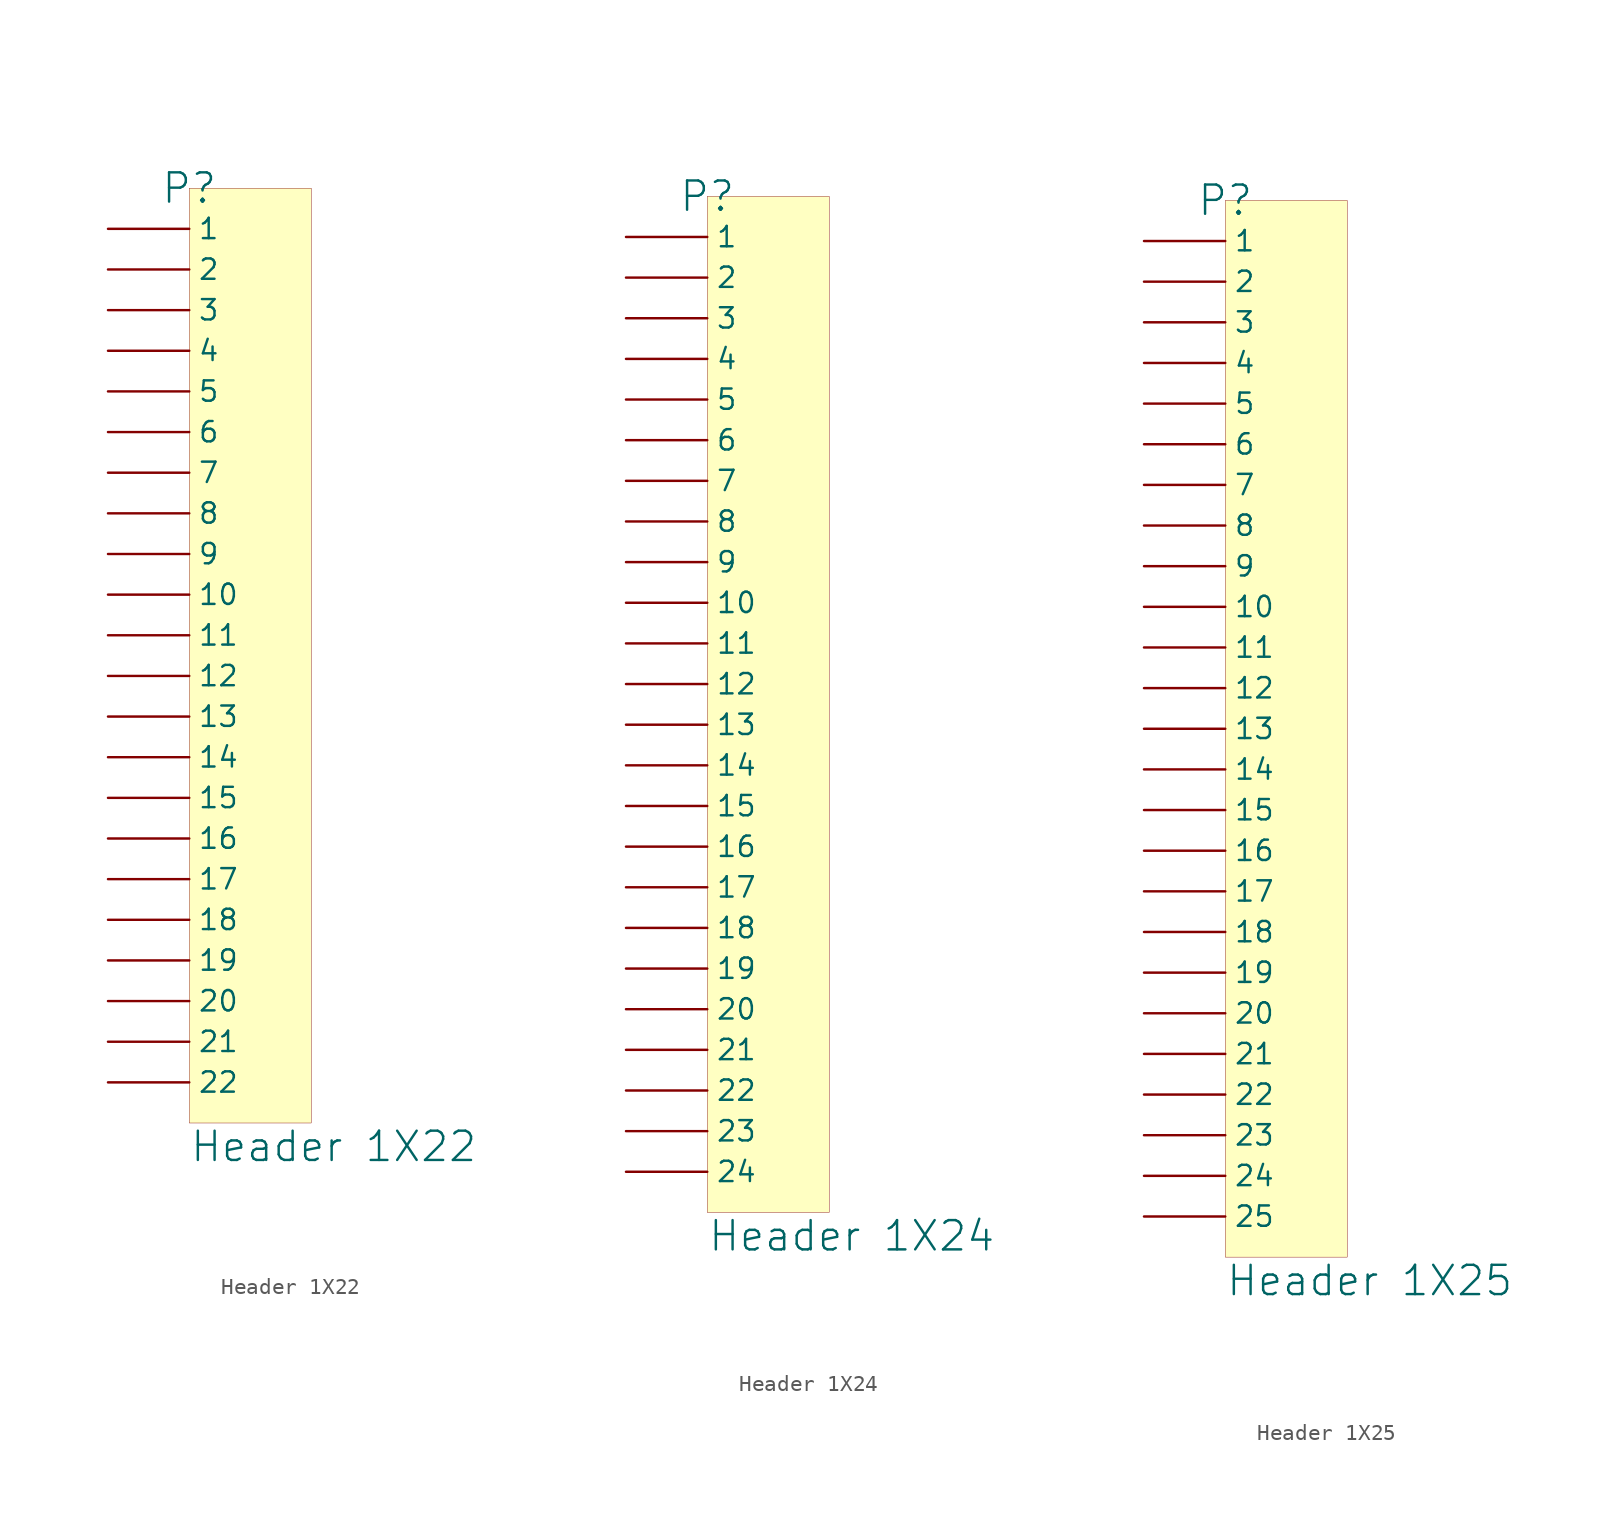
<source format=kicad_sym>
(kicad_symbol_lib
  (version 20241209)
  (generator "kicad_symbol_editor")
  (generator_version "9.0")
  (symbol "Header 1X22"
    (pin_numbers
      (hide yes))
    (property "Reference" "P"
      (at 0 0 0)
      (effects (font (size 1.829 1.829))))
    (property "Value" "Header 1X22"
      (at 0 -60.96 0)
      (effects (font (size 1.829 1.829)) (justify left bottom)))
    (symbol "Header 1X22_1_0"
      (rectangle (start 7.62 0) (end 0 -58.42) (stroke (width 0.025) (type solid) (color 128 0 0 1)) (fill (type background)))
      (pin passive line (at -5.08 -2.54 0) (length 5.08) (name "1" (effects (font (size 1.27 1.27)))) (number "1" (effects (font (size 1.27 1.27)))))
      (pin passive line (at -5.08 -5.08 0) (length 5.08) (name "2" (effects (font (size 1.27 1.27)))) (number "2" (effects (font (size 1.27 1.27)))))
      (pin passive line (at -5.08 -7.62 0) (length 5.08) (name "3" (effects (font (size 1.27 1.27)))) (number "3" (effects (font (size 1.27 1.27)))))
      (pin passive line (at -5.08 -10.16 0) (length 5.08) (name "4" (effects (font (size 1.27 1.27)))) (number "4" (effects (font (size 1.27 1.27)))))
      (pin passive line (at -5.08 -12.7 0) (length 5.08) (name "5" (effects (font (size 1.27 1.27)))) (number "5" (effects (font (size 1.27 1.27)))))
      (pin passive line (at -5.08 -15.24 0) (length 5.08) (name "6" (effects (font (size 1.27 1.27)))) (number "6" (effects (font (size 1.27 1.27)))))
      (pin passive line (at -5.08 -17.78 0) (length 5.08) (name "7" (effects (font (size 1.27 1.27)))) (number "7" (effects (font (size 1.27 1.27)))))
      (pin passive line (at -5.08 -20.32 0) (length 5.08) (name "8" (effects (font (size 1.27 1.27)))) (number "8" (effects (font (size 1.27 1.27)))))
      (pin passive line (at -5.08 -22.86 0) (length 5.08) (name "9" (effects (font (size 1.27 1.27)))) (number "9" (effects (font (size 1.27 1.27)))))
      (pin passive line (at -5.08 -25.4 0) (length 5.08) (name "10" (effects (font (size 1.27 1.27)))) (number "10" (effects (font (size 1.27 1.27)))))
      (pin passive line (at -5.08 -27.94 0) (length 5.08) (name "11" (effects (font (size 1.27 1.27)))) (number "11" (effects (font (size 1.27 1.27)))))
      (pin passive line (at -5.08 -30.48 0) (length 5.08) (name "12" (effects (font (size 1.27 1.27)))) (number "12" (effects (font (size 1.27 1.27)))))
      (pin passive line (at -5.08 -33.02 0) (length 5.08) (name "13" (effects (font (size 1.27 1.27)))) (number "13" (effects (font (size 1.27 1.27)))))
      (pin passive line (at -5.08 -35.56 0) (length 5.08) (name "14" (effects (font (size 1.27 1.27)))) (number "14" (effects (font (size 1.27 1.27)))))
      (pin passive line (at -5.08 -38.1 0) (length 5.08) (name "15" (effects (font (size 1.27 1.27)))) (number "15" (effects (font (size 1.27 1.27)))))
      (pin passive line (at -5.08 -40.64 0) (length 5.08) (name "16" (effects (font (size 1.27 1.27)))) (number "16" (effects (font (size 1.27 1.27)))))
      (pin passive line (at -5.08 -43.18 0) (length 5.08) (name "17" (effects (font (size 1.27 1.27)))) (number "17" (effects (font (size 1.27 1.27)))))
      (pin passive line (at -5.08 -45.72 0) (length 5.08) (name "18" (effects (font (size 1.27 1.27)))) (number "18" (effects (font (size 1.27 1.27)))))
      (pin passive line (at -5.08 -48.26 0) (length 5.08) (name "19" (effects (font (size 1.27 1.27)))) (number "19" (effects (font (size 1.27 1.27)))))
      (pin passive line (at -5.08 -50.8 0) (length 5.08) (name "20" (effects (font (size 1.27 1.27)))) (number "20" (effects (font (size 1.27 1.27)))))
      (pin passive line (at -5.08 -53.34 0) (length 5.08) (name "21" (effects (font (size 1.27 1.27)))) (number "21" (effects (font (size 1.27 1.27)))))
      (pin passive line (at -5.08 -55.88 0) (length 5.08) (name "22" (effects (font (size 1.27 1.27)))) (number "22" (effects (font (size 1.27 1.27)))))))
  (symbol "Header 1X24"
    (pin_numbers
      (hide yes))
    (property "Reference" "P"
      (at 0 0 0)
      (effects (font (size 1.829 1.829))))
    (property "Value" "Header 1X24"
      (at 0 -66.04 0)
      (effects (font (size 1.829 1.829)) (justify left bottom)))
    (symbol "Header 1X24_1_0"
      (rectangle (start 7.62 0) (end 0 -63.5) (stroke (width 0.025) (type solid) (color 128 0 0 1)) (fill (type background)))
      (pin passive line (at -5.08 -2.54 0) (length 5.08) (name "1" (effects (font (size 1.27 1.27)))) (number "1" (effects (font (size 1.27 1.27)))))
      (pin passive line (at -5.08 -5.08 0) (length 5.08) (name "2" (effects (font (size 1.27 1.27)))) (number "2" (effects (font (size 1.27 1.27)))))
      (pin passive line (at -5.08 -7.62 0) (length 5.08) (name "3" (effects (font (size 1.27 1.27)))) (number "3" (effects (font (size 1.27 1.27)))))
      (pin passive line (at -5.08 -10.16 0) (length 5.08) (name "4" (effects (font (size 1.27 1.27)))) (number "4" (effects (font (size 1.27 1.27)))))
      (pin passive line (at -5.08 -12.7 0) (length 5.08) (name "5" (effects (font (size 1.27 1.27)))) (number "5" (effects (font (size 1.27 1.27)))))
      (pin passive line (at -5.08 -15.24 0) (length 5.08) (name "6" (effects (font (size 1.27 1.27)))) (number "6" (effects (font (size 1.27 1.27)))))
      (pin passive line (at -5.08 -17.78 0) (length 5.08) (name "7" (effects (font (size 1.27 1.27)))) (number "7" (effects (font (size 1.27 1.27)))))
      (pin passive line (at -5.08 -20.32 0) (length 5.08) (name "8" (effects (font (size 1.27 1.27)))) (number "8" (effects (font (size 1.27 1.27)))))
      (pin passive line (at -5.08 -22.86 0) (length 5.08) (name "9" (effects (font (size 1.27 1.27)))) (number "9" (effects (font (size 1.27 1.27)))))
      (pin passive line (at -5.08 -25.4 0) (length 5.08) (name "10" (effects (font (size 1.27 1.27)))) (number "10" (effects (font (size 1.27 1.27)))))
      (pin passive line (at -5.08 -27.94 0) (length 5.08) (name "11" (effects (font (size 1.27 1.27)))) (number "11" (effects (font (size 1.27 1.27)))))
      (pin passive line (at -5.08 -30.48 0) (length 5.08) (name "12" (effects (font (size 1.27 1.27)))) (number "12" (effects (font (size 1.27 1.27)))))
      (pin passive line (at -5.08 -33.02 0) (length 5.08) (name "13" (effects (font (size 1.27 1.27)))) (number "13" (effects (font (size 1.27 1.27)))))
      (pin passive line (at -5.08 -35.56 0) (length 5.08) (name "14" (effects (font (size 1.27 1.27)))) (number "14" (effects (font (size 1.27 1.27)))))
      (pin passive line (at -5.08 -38.1 0) (length 5.08) (name "15" (effects (font (size 1.27 1.27)))) (number "15" (effects (font (size 1.27 1.27)))))
      (pin passive line (at -5.08 -40.64 0) (length 5.08) (name "16" (effects (font (size 1.27 1.27)))) (number "16" (effects (font (size 1.27 1.27)))))
      (pin passive line (at -5.08 -43.18 0) (length 5.08) (name "17" (effects (font (size 1.27 1.27)))) (number "17" (effects (font (size 1.27 1.27)))))
      (pin passive line (at -5.08 -45.72 0) (length 5.08) (name "18" (effects (font (size 1.27 1.27)))) (number "18" (effects (font (size 1.27 1.27)))))
      (pin passive line (at -5.08 -48.26 0) (length 5.08) (name "19" (effects (font (size 1.27 1.27)))) (number "19" (effects (font (size 1.27 1.27)))))
      (pin passive line (at -5.08 -50.8 0) (length 5.08) (name "20" (effects (font (size 1.27 1.27)))) (number "20" (effects (font (size 1.27 1.27)))))
      (pin passive line (at -5.08 -53.34 0) (length 5.08) (name "21" (effects (font (size 1.27 1.27)))) (number "21" (effects (font (size 1.27 1.27)))))
      (pin passive line (at -5.08 -55.88 0) (length 5.08) (name "22" (effects (font (size 1.27 1.27)))) (number "22" (effects (font (size 1.27 1.27)))))
      (pin passive line (at -5.08 -58.42 0) (length 5.08) (name "23" (effects (font (size 1.27 1.27)))) (number "23" (effects (font (size 1.27 1.27)))))
      (pin passive line (at -5.08 -60.96 0) (length 5.08) (name "24" (effects (font (size 1.27 1.27)))) (number "24" (effects (font (size 1.27 1.27)))))))
  (symbol "Header 1X25"
    (pin_numbers
      (hide yes))
    (property "Reference" "P"
      (at 0 0 0)
      (effects (font (size 1.829 1.829))))
    (property "Value" "Header 1X25"
      (at 0 -68.58 0)
      (effects (font (size 1.829 1.829)) (justify left bottom)))
    (symbol "Header 1X25_1_0"
      (rectangle (start 7.62 0) (end 0 -66.04) (stroke (width 0.025) (type solid) (color 128 0 0 1)) (fill (type background)))
      (pin passive line (at -5.08 -2.54 0) (length 5.08) (name "1" (effects (font (size 1.27 1.27)))) (number "1" (effects (font (size 1.27 1.27)))))
      (pin passive line (at -5.08 -5.08 0) (length 5.08) (name "2" (effects (font (size 1.27 1.27)))) (number "2" (effects (font (size 1.27 1.27)))))
      (pin passive line (at -5.08 -7.62 0) (length 5.08) (name "3" (effects (font (size 1.27 1.27)))) (number "3" (effects (font (size 1.27 1.27)))))
      (pin passive line (at -5.08 -10.16 0) (length 5.08) (name "4" (effects (font (size 1.27 1.27)))) (number "4" (effects (font (size 1.27 1.27)))))
      (pin passive line (at -5.08 -12.7 0) (length 5.08) (name "5" (effects (font (size 1.27 1.27)))) (number "5" (effects (font (size 1.27 1.27)))))
      (pin passive line (at -5.08 -15.24 0) (length 5.08) (name "6" (effects (font (size 1.27 1.27)))) (number "6" (effects (font (size 1.27 1.27)))))
      (pin passive line (at -5.08 -17.78 0) (length 5.08) (name "7" (effects (font (size 1.27 1.27)))) (number "7" (effects (font (size 1.27 1.27)))))
      (pin passive line (at -5.08 -20.32 0) (length 5.08) (name "8" (effects (font (size 1.27 1.27)))) (number "8" (effects (font (size 1.27 1.27)))))
      (pin passive line (at -5.08 -22.86 0) (length 5.08) (name "9" (effects (font (size 1.27 1.27)))) (number "9" (effects (font (size 1.27 1.27)))))
      (pin passive line (at -5.08 -25.4 0) (length 5.08) (name "10" (effects (font (size 1.27 1.27)))) (number "10" (effects (font (size 1.27 1.27)))))
      (pin passive line (at -5.08 -27.94 0) (length 5.08) (name "11" (effects (font (size 1.27 1.27)))) (number "11" (effects (font (size 1.27 1.27)))))
      (pin passive line (at -5.08 -30.48 0) (length 5.08) (name "12" (effects (font (size 1.27 1.27)))) (number "12" (effects (font (size 1.27 1.27)))))
      (pin passive line (at -5.08 -33.02 0) (length 5.08) (name "13" (effects (font (size 1.27 1.27)))) (number "13" (effects (font (size 1.27 1.27)))))
      (pin passive line (at -5.08 -35.56 0) (length 5.08) (name "14" (effects (font (size 1.27 1.27)))) (number "14" (effects (font (size 1.27 1.27)))))
      (pin passive line (at -5.08 -38.1 0) (length 5.08) (name "15" (effects (font (size 1.27 1.27)))) (number "15" (effects (font (size 1.27 1.27)))))
      (pin passive line (at -5.08 -40.64 0) (length 5.08) (name "16" (effects (font (size 1.27 1.27)))) (number "16" (effects (font (size 1.27 1.27)))))
      (pin passive line (at -5.08 -43.18 0) (length 5.08) (name "17" (effects (font (size 1.27 1.27)))) (number "17" (effects (font (size 1.27 1.27)))))
      (pin passive line (at -5.08 -45.72 0) (length 5.08) (name "18" (effects (font (size 1.27 1.27)))) (number "18" (effects (font (size 1.27 1.27)))))
      (pin passive line (at -5.08 -48.26 0) (length 5.08) (name "19" (effects (font (size 1.27 1.27)))) (number "19" (effects (font (size 1.27 1.27)))))
      (pin passive line (at -5.08 -50.8 0) (length 5.08) (name "20" (effects (font (size 1.27 1.27)))) (number "20" (effects (font (size 1.27 1.27)))))
      (pin passive line (at -5.08 -53.34 0) (length 5.08) (name "21" (effects (font (size 1.27 1.27)))) (number "21" (effects (font (size 1.27 1.27)))))
      (pin passive line (at -5.08 -55.88 0) (length 5.08) (name "22" (effects (font (size 1.27 1.27)))) (number "22" (effects (font (size 1.27 1.27)))))
      (pin passive line (at -5.08 -58.42 0) (length 5.08) (name "23" (effects (font (size 1.27 1.27)))) (number "23" (effects (font (size 1.27 1.27)))))
      (pin passive line (at -5.08 -60.96 0) (length 5.08) (name "24" (effects (font (size 1.27 1.27)))) (number "24" (effects (font (size 1.27 1.27)))))
      (pin passive line (at -5.08 -63.5 0) (length 5.08) (name "25" (effects (font (size 1.27 1.27)))) (number "25" (effects (font (size 1.27 1.27))))))))
</source>
